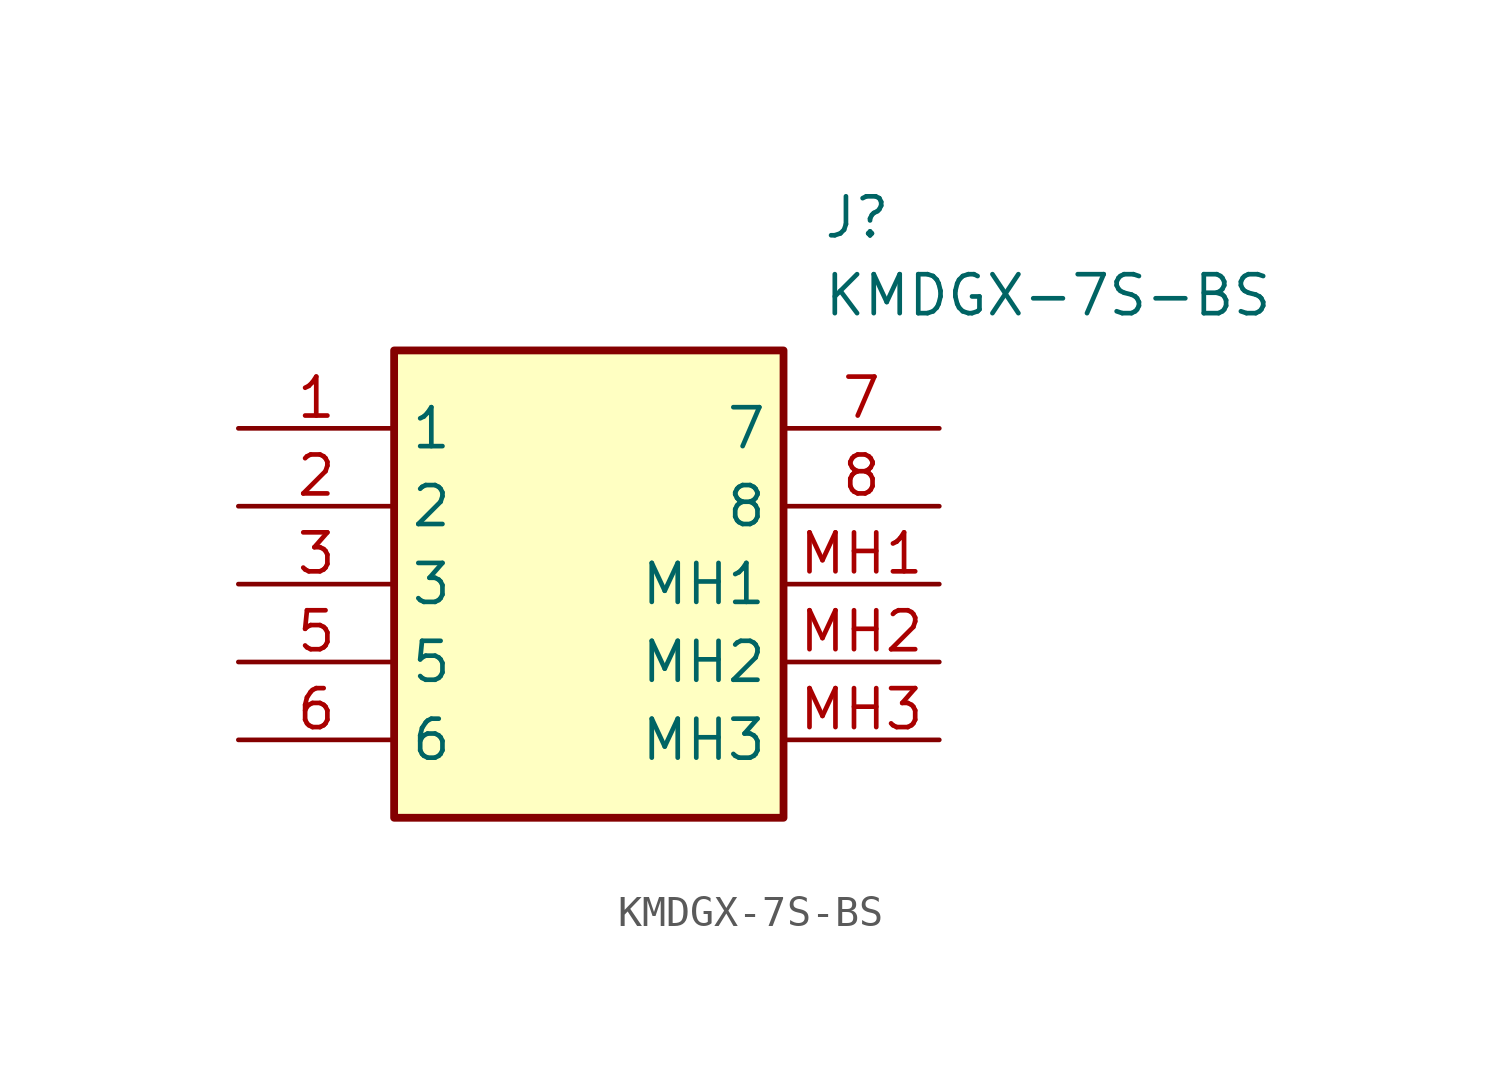
<source format=kicad_sym>
(kicad_symbol_lib
  (version 20211014)
  (generator SamacSys_ECAD_Model)
  (symbol "KMDGX-7S-BS"
    (property "Reference" "J"
      (at 19.05 7.62 0)
      (effects (font (size 1.27 1.27)) (justify left top)))
    (property "Value" "KMDGX-7S-BS"
      (at 19.05 5.08 0)
      (effects (font (size 1.27 1.27)) (justify left top)))
    (rectangle
      (start 5.08 2.54)
      (end 17.78 -12.7)
      (stroke (width 0.254) (type default))
      (fill (type background)))
    (pin passive line
      (at 0 0 0)
      (length 5.08)
      (name "1" (effects (font (size 1.27 1.27))))
      (number "1" (effects (font (size 1.27 1.27)))))
    (pin passive line
      (at 0 -2.54 0)
      (length 5.08)
      (name "2" (effects (font (size 1.27 1.27))))
      (number "2" (effects (font (size 1.27 1.27)))))
    (pin passive line
      (at 0 -5.08 0)
      (length 5.08)
      (name "3" (effects (font (size 1.27 1.27))))
      (number "3" (effects (font (size 1.27 1.27)))))
    (pin passive line
      (at 0 -7.62 0)
      (length 5.08)
      (name "5" (effects (font (size 1.27 1.27))))
      (number "5" (effects (font (size 1.27 1.27)))))
    (pin passive line
      (at 0 -10.16 0)
      (length 5.08)
      (name "6" (effects (font (size 1.27 1.27))))
      (number "6" (effects (font (size 1.27 1.27)))))
    (pin passive line
      (at 22.86 0 180)
      (length 5.08)
      (name "7" (effects (font (size 1.27 1.27))))
      (number "7" (effects (font (size 1.27 1.27)))))
    (pin passive line
      (at 22.86 -2.54 180)
      (length 5.08)
      (name "8" (effects (font (size 1.27 1.27))))
      (number "8" (effects (font (size 1.27 1.27)))))
    (pin passive line
      (at 22.86 -5.08 180)
      (length 5.08)
      (name "MH1" (effects (font (size 1.27 1.27))))
      (number "MH1" (effects (font (size 1.27 1.27)))))
    (pin passive line
      (at 22.86 -7.62 180)
      (length 5.08)
      (name "MH2" (effects (font (size 1.27 1.27))))
      (number "MH2" (effects (font (size 1.27 1.27)))))
    (pin passive line
      (at 22.86 -10.16 180)
      (length 5.08)
      (name "MH3" (effects (font (size 1.27 1.27))))
      (number "MH3" (effects (font (size 1.27 1.27)))))))
</source>
